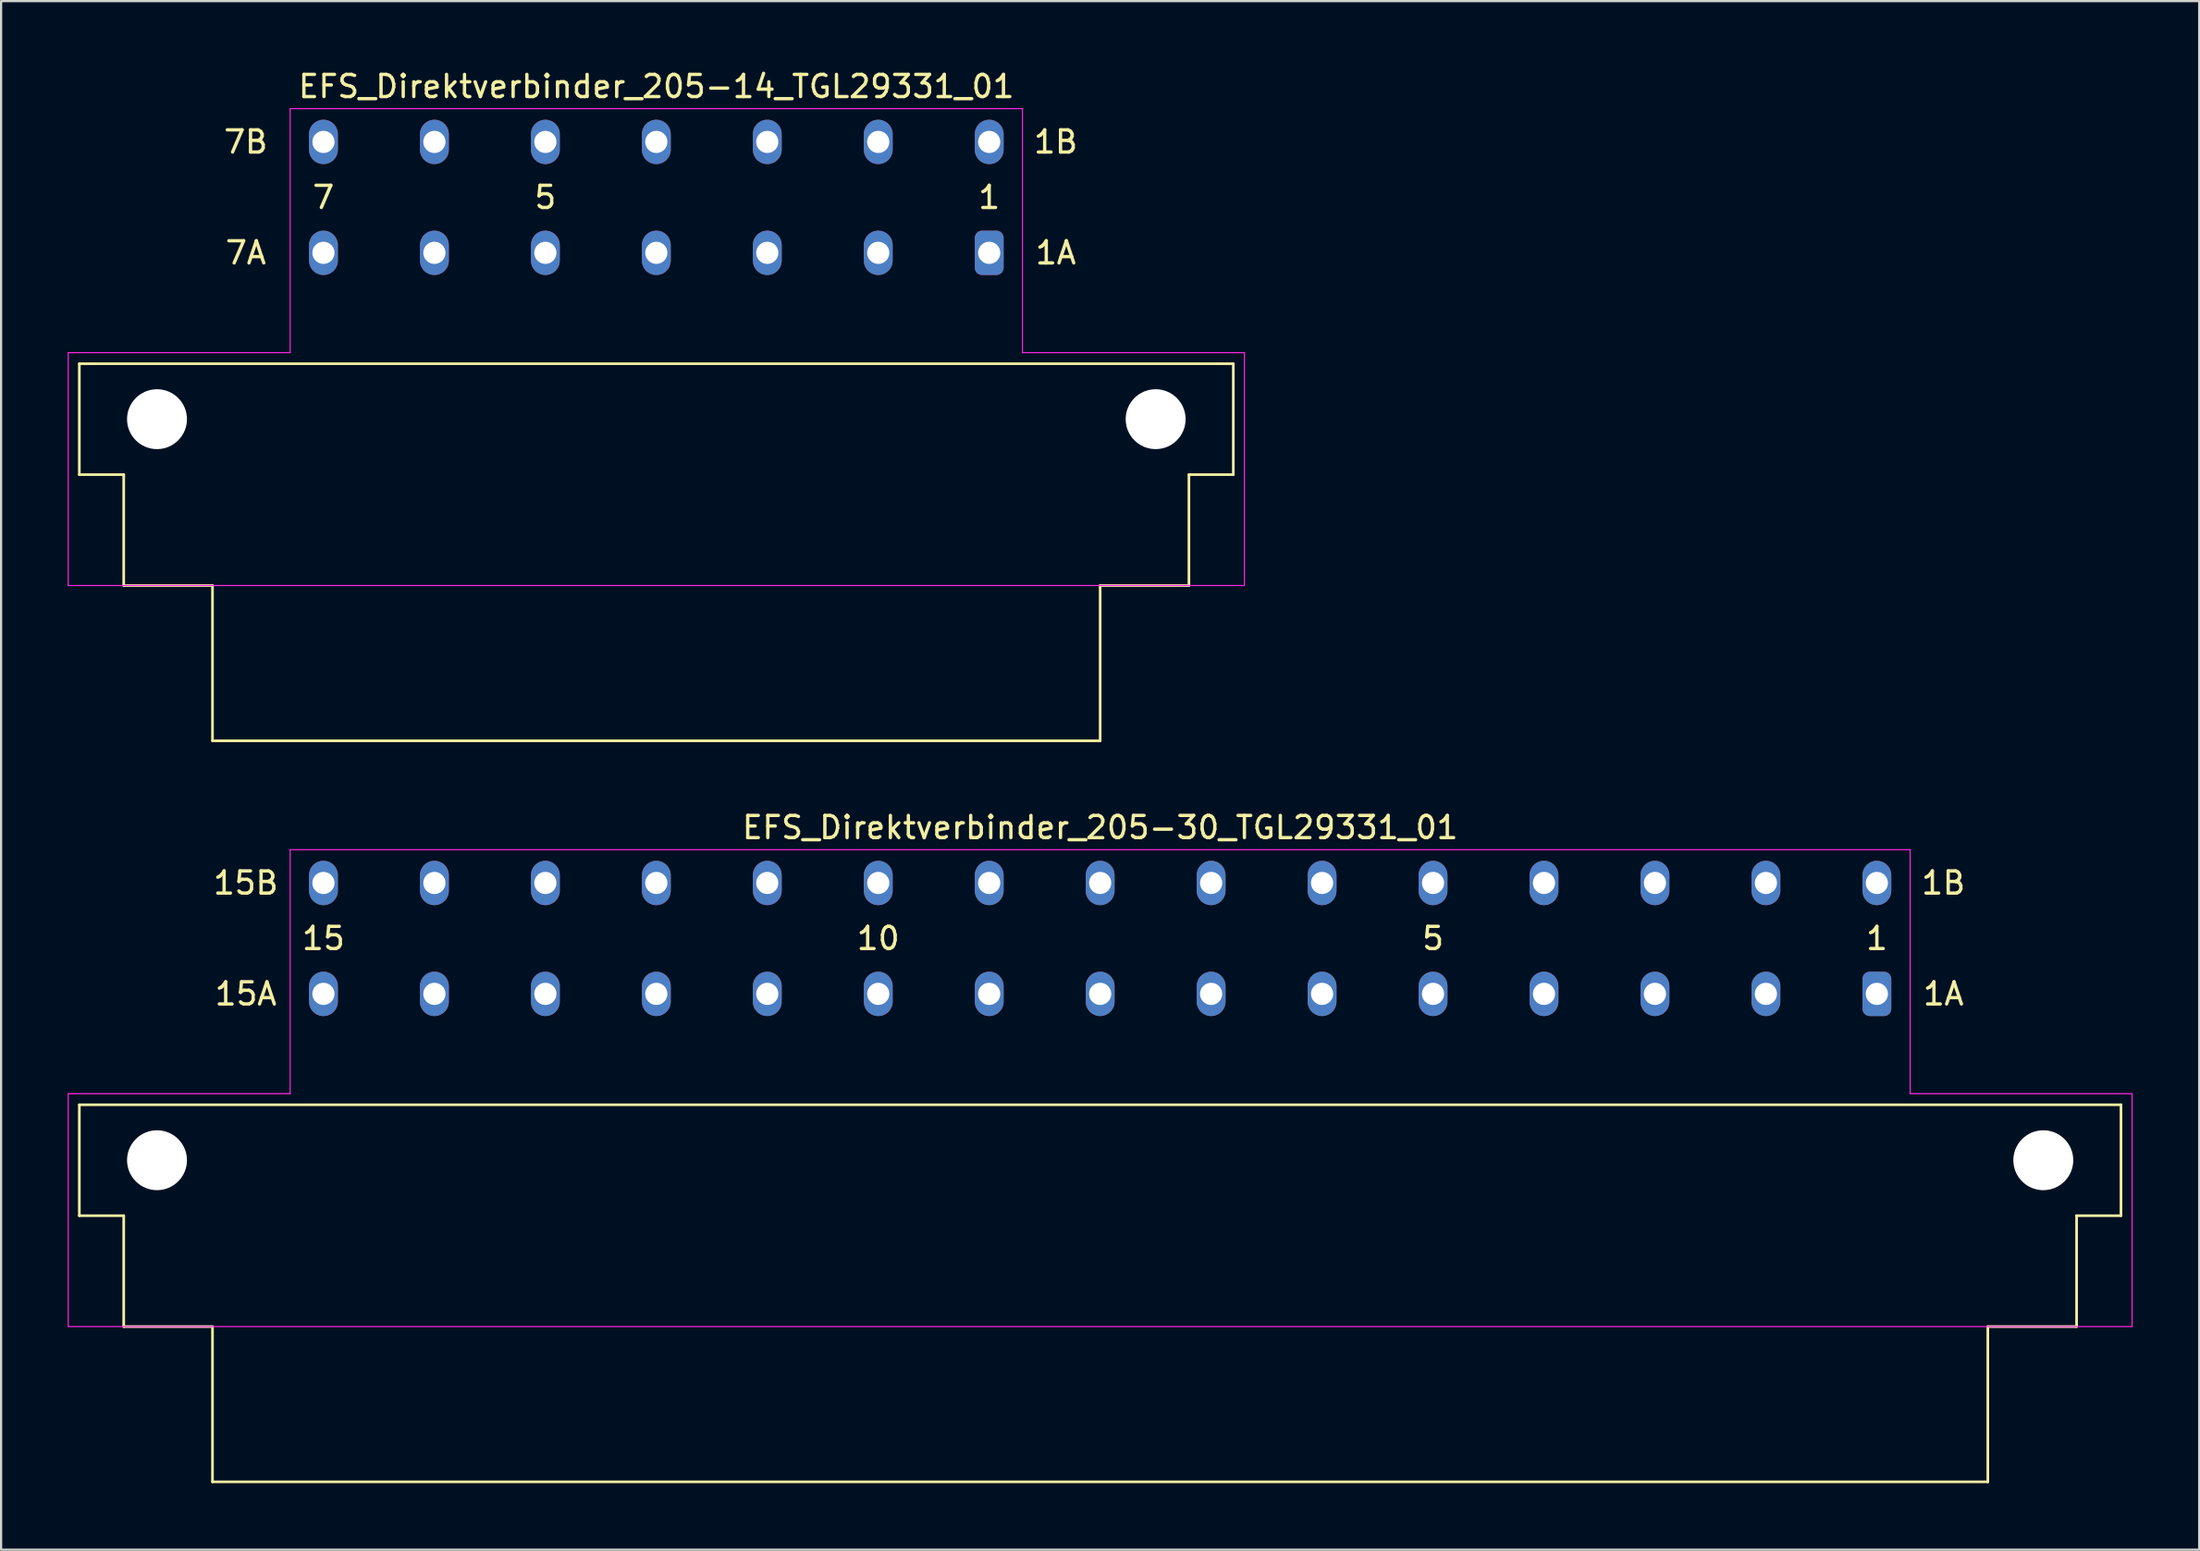
<source format=kicad_pcb>
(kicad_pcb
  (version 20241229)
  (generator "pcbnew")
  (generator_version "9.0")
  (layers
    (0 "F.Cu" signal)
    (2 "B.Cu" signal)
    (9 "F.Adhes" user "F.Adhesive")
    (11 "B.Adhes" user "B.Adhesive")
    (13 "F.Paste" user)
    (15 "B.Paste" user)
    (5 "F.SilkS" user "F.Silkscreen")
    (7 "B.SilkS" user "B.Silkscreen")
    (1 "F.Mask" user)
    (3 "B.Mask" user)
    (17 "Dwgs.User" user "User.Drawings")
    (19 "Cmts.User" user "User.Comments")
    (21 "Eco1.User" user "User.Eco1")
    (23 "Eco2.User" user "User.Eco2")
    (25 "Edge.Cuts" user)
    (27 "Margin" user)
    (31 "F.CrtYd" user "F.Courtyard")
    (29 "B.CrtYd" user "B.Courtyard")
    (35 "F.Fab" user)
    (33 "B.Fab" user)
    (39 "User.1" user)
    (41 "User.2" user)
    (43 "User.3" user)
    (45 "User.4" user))
  (footprint "EFS_Direktverbinder_205-30_TGL29331_01"
    (layer "F.Cu")
    (at 46.525 54.257)
    (property "Reference" "EFS_Direktverbinder_205-30_TGL29331_01" (at 0 -20 180) (layer "F.SilkS") (effects (font (size 1 1) (thickness 0.15))))
    (attr through_hole)
    (fp_line (start -46 -7.5) (end -46 -2.5) (stroke (width 0.12) (type solid)) (layer "F.SilkS"))
    (fp_line (start -46 -7.5) (end 46 -7.5) (stroke (width 0.12) (type solid)) (layer "F.SilkS"))
    (fp_line (start -46 -2.5) (end -44 -2.5) (stroke (width 0.12) (type solid)) (layer "F.SilkS"))
    (fp_line (start -44 -2.5) (end -44 2.5) (stroke (width 0.12) (type solid)) (layer "F.SilkS"))
    (fp_line (start -44 2.5) (end -40 2.5) (stroke (width 0.12) (type solid)) (layer "F.SilkS"))
    (fp_line (start -40 2.5) (end -40 9.5) (stroke (width 0.12) (type solid)) (layer "F.SilkS"))
    (fp_line (start -40 9.5) (end 40 9.5) (stroke (width 0.12) (type solid)) (layer "F.SilkS"))
    (fp_line (start 40 2.5) (end 44 2.5) (stroke (width 0.12) (type solid)) (layer "F.SilkS"))
    (fp_line (start 40 9.5) (end 40 2.5) (stroke (width 0.12) (type solid)) (layer "F.SilkS"))
    (fp_line (start 44 -2.5) (end 46 -2.5) (stroke (width 0.12) (type solid)) (layer "F.SilkS"))
    (fp_line (start 44 2.5) (end 44 -2.5) (stroke (width 0.12) (type solid)) (layer "F.SilkS"))
    (fp_line (start 46 -2.5) (end 46 -7.5) (stroke (width 0.12) (type solid)) (layer "F.SilkS"))
    (fp_line (start -46.5 2.5) (end -46.5 -8) (stroke (width 0.05) (type solid)) (layer "F.CrtYd"))
    (fp_line (start -36.5 -19) (end 36.5 -19) (stroke (width 0.05) (type solid)) (layer "F.CrtYd"))
    (fp_line (start -36.5 -8) (end -46.5 -8) (stroke (width 0.05) (type solid)) (layer "F.CrtYd"))
    (fp_line (start -36.5 -8) (end -36.5 -19) (stroke (width 0.05) (type solid)) (layer "F.CrtYd"))
    (fp_line (start 36.5 -19) (end 36.5 -8) (stroke (width 0.05) (type solid)) (layer "F.CrtYd"))
    (fp_line (start 36.5 -8) (end 46.5 -8) (stroke (width 0.05) (type solid)) (layer "F.CrtYd"))
    (fp_line (start 46.5 -8) (end 46.5 2.5) (stroke (width 0.05) (type solid)) (layer "F.CrtYd"))
    (fp_line (start 46.5 2.5) (end -46.5 2.5) (stroke (width 0.05) (type solid)) (layer "F.CrtYd"))
    (fp_text user "1B" (at 38 -17.5 0) (layer "F.SilkS") (effects (font (size 1 1) (thickness 0.15))))
    (fp_text user "1A" (at 38 -12.5 0) (layer "F.SilkS") (effects (font (size 1 1) (thickness 0.15))))
    (fp_text user "15" (at -35 -15 180) (layer "F.SilkS") (effects (font (size 1 1) (thickness 0.15))))
    (fp_text user "5" (at 15 -15 180) (layer "F.SilkS") (effects (font (size 1 1) (thickness 0.15))))
    (fp_text user "1" (at 35 -15 180) (layer "F.SilkS") (effects (font (size 1 1) (thickness 0.15))))
    (fp_text user "15A" (at -38.5 -12.5 0) (layer "F.SilkS") (effects (font (size 1 1) (thickness 0.15))))
    (fp_text user "10" (at -10 -15 180) (layer "F.SilkS") (effects (font (size 1 1) (thickness 0.15))))
    (fp_text user "15B" (at -38.5 -17.5 0) (layer "F.SilkS") (effects (font (size 1 1) (thickness 0.15))))
    (pad "" np_thru_hole circle (at -42.5 -5) (size 2.7 2.7) (drill 2.7) (layers "*.Cu" "*.Mask"))
    (pad "" np_thru_hole circle (at 42.5 -5) (size 2.7 2.7) (drill 2.7) (layers "*.Cu" "*.Mask"))
    (pad "1a" thru_hole roundrect (at 35 -12.5) (size 1.3 2) (drill 1) (layers "*.Cu" "*.Mask") (roundrect_rratio 0.25))
    (pad "1b" thru_hole oval (at 35 -17.5) (size 1.3 2) (drill 1) (layers "*.Cu" "*.Mask"))
    (pad "2a" thru_hole oval (at 30 -12.5) (size 1.3 2) (drill 1) (layers "*.Cu" "*.Mask"))
    (pad "2b" thru_hole oval (at 30 -17.5) (size 1.3 2) (drill 1) (layers "*.Cu" "*.Mask"))
    (pad "3a" thru_hole oval (at 25 -12.5) (size 1.3 2) (drill 1) (layers "*.Cu" "*.Mask"))
    (pad "3b" thru_hole oval (at 25 -17.5) (size 1.3 2) (drill 1) (layers "*.Cu" "*.Mask"))
    (pad "4a" thru_hole oval (at 20 -12.5) (size 1.3 2) (drill 1) (layers "*.Cu" "*.Mask"))
    (pad "4b" thru_hole oval (at 20 -17.5) (size 1.3 2) (drill 1) (layers "*.Cu" "*.Mask"))
    (pad "5a" thru_hole oval (at 15 -12.5) (size 1.3 2) (drill 1) (layers "*.Cu" "*.Mask"))
    (pad "5b" thru_hole oval (at 15 -17.5) (size 1.3 2) (drill 1) (layers "*.Cu" "*.Mask"))
    (pad "6a" thru_hole oval (at 10 -12.5) (size 1.3 2) (drill 1) (layers "*.Cu" "*.Mask"))
    (pad "6b" thru_hole oval (at 10 -17.5) (size 1.3 2) (drill 1) (layers "*.Cu" "*.Mask"))
    (pad "7a" thru_hole oval (at 5 -12.5) (size 1.3 2) (drill 1) (layers "*.Cu" "*.Mask"))
    (pad "7b" thru_hole oval (at 5 -17.5) (size 1.3 2) (drill 1) (layers "*.Cu" "*.Mask"))
    (pad "8a" thru_hole oval (at 0 -12.5) (size 1.3 2) (drill 1) (layers "*.Cu" "*.Mask"))
    (pad "8b" thru_hole oval (at 0 -17.5) (size 1.3 2) (drill 1) (layers "*.Cu" "*.Mask"))
    (pad "9a" thru_hole oval (at -5 -12.5) (size 1.3 2) (drill 1) (layers "*.Cu" "*.Mask"))
    (pad "9b" thru_hole oval (at -5 -17.5) (size 1.3 2) (drill 1) (layers "*.Cu" "*.Mask"))
    (pad "10a" thru_hole oval (at -10 -12.5) (size 1.3 2) (drill 1) (layers "*.Cu" "*.Mask"))
    (pad "10b" thru_hole oval (at -10 -17.5) (size 1.3 2) (drill 1) (layers "*.Cu" "*.Mask"))
    (pad "11a" thru_hole oval (at -15 -12.5) (size 1.3 2) (drill 1) (layers "*.Cu" "*.Mask"))
    (pad "11b" thru_hole oval (at -15 -17.5) (size 1.3 2) (drill 1) (layers "*.Cu" "*.Mask"))
    (pad "12a" thru_hole oval (at -20 -12.5) (size 1.3 2) (drill 1) (layers "*.Cu" "*.Mask"))
    (pad "12b" thru_hole oval (at -20 -17.5) (size 1.3 2) (drill 1) (layers "*.Cu" "*.Mask"))
    (pad "13a" thru_hole oval (at -25 -12.5) (size 1.3 2) (drill 1) (layers "*.Cu" "*.Mask"))
    (pad "13b" thru_hole oval (at -25 -17.5) (size 1.3 2) (drill 1) (layers "*.Cu" "*.Mask"))
    (pad "14a" thru_hole oval (at -30 -12.5) (size 1.3 2) (drill 1) (layers "*.Cu" "*.Mask"))
    (pad "14b" thru_hole oval (at -30 -17.5) (size 1.3 2) (drill 1) (layers "*.Cu" "*.Mask"))
    (pad "15a" thru_hole oval (at -35 -12.5) (size 1.3 2) (drill 1) (layers "*.Cu" "*.Mask"))
    (pad "15b" thru_hole oval (at -35 -17.5) (size 1.3 2) (drill 1) (layers "*.Cu" "*.Mask")))
  (footprint "EFS_Direktverbinder_205-14_TGL29331_01"
    (layer "F.Cu")
    (at 26.525 20.848)
    (property "Reference" "EFS_Direktverbinder_205-14_TGL29331_01" (at 0 -20 180) (layer "F.SilkS") (effects (font (size 1 1) (thickness 0.15))))
    (attr through_hole)
    (fp_line (start -26 -7.5) (end -26 -2.5) (stroke (width 0.12) (type solid)) (layer "F.SilkS"))
    (fp_line (start -26 -7.5) (end 26 -7.5) (stroke (width 0.12) (type solid)) (layer "F.SilkS"))
    (fp_line (start -26 -2.5) (end -24 -2.5) (stroke (width 0.12) (type solid)) (layer "F.SilkS"))
    (fp_line (start -24 -2.5) (end -24 2.5) (stroke (width 0.12) (type solid)) (layer "F.SilkS"))
    (fp_line (start -24 2.5) (end -20 2.5) (stroke (width 0.12) (type solid)) (layer "F.SilkS"))
    (fp_line (start -20 2.5) (end -20 9.5) (stroke (width 0.12) (type solid)) (layer "F.SilkS"))
    (fp_line (start -20 9.5) (end 20 9.5) (stroke (width 0.12) (type solid)) (layer "F.SilkS"))
    (fp_line (start 20 2.5) (end 24 2.5) (stroke (width 0.12) (type solid)) (layer "F.SilkS"))
    (fp_line (start 20 9.5) (end 20 2.5) (stroke (width 0.12) (type solid)) (layer "F.SilkS"))
    (fp_line (start 24 -2.5) (end 26 -2.5) (stroke (width 0.12) (type solid)) (layer "F.SilkS"))
    (fp_line (start 24 2.5) (end 24 -2.5) (stroke (width 0.12) (type solid)) (layer "F.SilkS"))
    (fp_line (start 26 -2.5) (end 26 -7.5) (stroke (width 0.12) (type solid)) (layer "F.SilkS"))
    (fp_line (start -26.5 2.5) (end -26.5 -8) (stroke (width 0.05) (type solid)) (layer "F.CrtYd"))
    (fp_line (start -16.5 -19) (end 16.5 -19) (stroke (width 0.05) (type solid)) (layer "F.CrtYd"))
    (fp_line (start -16.5 -8) (end -26.5 -8) (stroke (width 0.05) (type solid)) (layer "F.CrtYd"))
    (fp_line (start -16.5 -8) (end -16.5 -19) (stroke (width 0.05) (type solid)) (layer "F.CrtYd"))
    (fp_line (start 16.5 -19) (end 16.5 -8) (stroke (width 0.05) (type solid)) (layer "F.CrtYd"))
    (fp_line (start 16.5 -8) (end 26.5 -8) (stroke (width 0.05) (type solid)) (layer "F.CrtYd"))
    (fp_line (start 26.5 -8) (end 26.5 2.5) (stroke (width 0.05) (type solid)) (layer "F.CrtYd"))
    (fp_line (start 26.5 2.5) (end -26.5 2.5) (stroke (width 0.05) (type solid)) (layer "F.CrtYd"))
    (fp_text user "1" (at 15 -15 180) (layer "F.SilkS") (effects (font (size 1 1) (thickness 0.15))))
    (fp_text user "7" (at -15 -15 180) (layer "F.SilkS") (effects (font (size 1 1) (thickness 0.15))))
    (fp_text user "1B" (at 18 -17.5 0) (layer "F.SilkS") (effects (font (size 1 1) (thickness 0.15))))
    (fp_text user "7B" (at -18.5 -17.5 0) (layer "F.SilkS") (effects (font (size 1 1) (thickness 0.15))))
    (fp_text user "7A" (at -18.5 -12.5 0) (layer "F.SilkS") (effects (font (size 1 1) (thickness 0.15))))
    (fp_text user "1A" (at 18 -12.5 0) (layer "F.SilkS") (effects (font (size 1 1) (thickness 0.15))))
    (fp_text user "5" (at -5 -15 180) (layer "F.SilkS") (effects (font (size 1 1) (thickness 0.15))))
    (pad "" np_thru_hole circle (at -22.5 -5) (size 2.7 2.7) (drill 2.7) (layers "*.Cu" "*.Mask"))
    (pad "" np_thru_hole circle (at 22.5 -5) (size 2.7 2.7) (drill 2.7) (layers "*.Cu" "*.Mask"))
    (pad "1a" thru_hole roundrect (at 15 -12.5) (size 1.3 2) (drill 1) (layers "*.Cu" "*.Mask") (roundrect_rratio 0.25))
    (pad "1b" thru_hole oval (at 15 -17.5) (size 1.3 2) (drill 1) (layers "*.Cu" "*.Mask"))
    (pad "2a" thru_hole oval (at 10 -12.5) (size 1.3 2) (drill 1) (layers "*.Cu" "*.Mask"))
    (pad "2b" thru_hole oval (at 10 -17.5) (size 1.3 2) (drill 1) (layers "*.Cu" "*.Mask"))
    (pad "3a" thru_hole oval (at 5 -12.5) (size 1.3 2) (drill 1) (layers "*.Cu" "*.Mask"))
    (pad "3b" thru_hole oval (at 5 -17.5) (size 1.3 2) (drill 1) (layers "*.Cu" "*.Mask"))
    (pad "4a" thru_hole oval (at 0 -12.5) (size 1.3 2) (drill 1) (layers "*.Cu" "*.Mask"))
    (pad "4b" thru_hole oval (at 0 -17.5) (size 1.3 2) (drill 1) (layers "*.Cu" "*.Mask"))
    (pad "5a" thru_hole oval (at -5 -12.5) (size 1.3 2) (drill 1) (layers "*.Cu" "*.Mask"))
    (pad "5b" thru_hole oval (at -5 -17.5) (size 1.3 2) (drill 1) (layers "*.Cu" "*.Mask"))
    (pad "6a" thru_hole oval (at -10 -12.5) (size 1.3 2) (drill 1) (layers "*.Cu" "*.Mask"))
    (pad "6b" thru_hole oval (at -10 -17.5) (size 1.3 2) (drill 1) (layers "*.Cu" "*.Mask"))
    (pad "7a" thru_hole oval (at -15 -12.5) (size 1.3 2) (drill 1) (layers "*.Cu" "*.Mask"))
    (pad "7b" thru_hole oval (at -15 -17.5) (size 1.3 2) (drill 1) (layers "*.Cu" "*.Mask")))
  (gr_rect
    (start -3 -3)
    (end 96.05 66.817)
    (stroke (width 0.1) (type default))
    (fill no)
    (layer "Edge.Cuts")))
</source>
